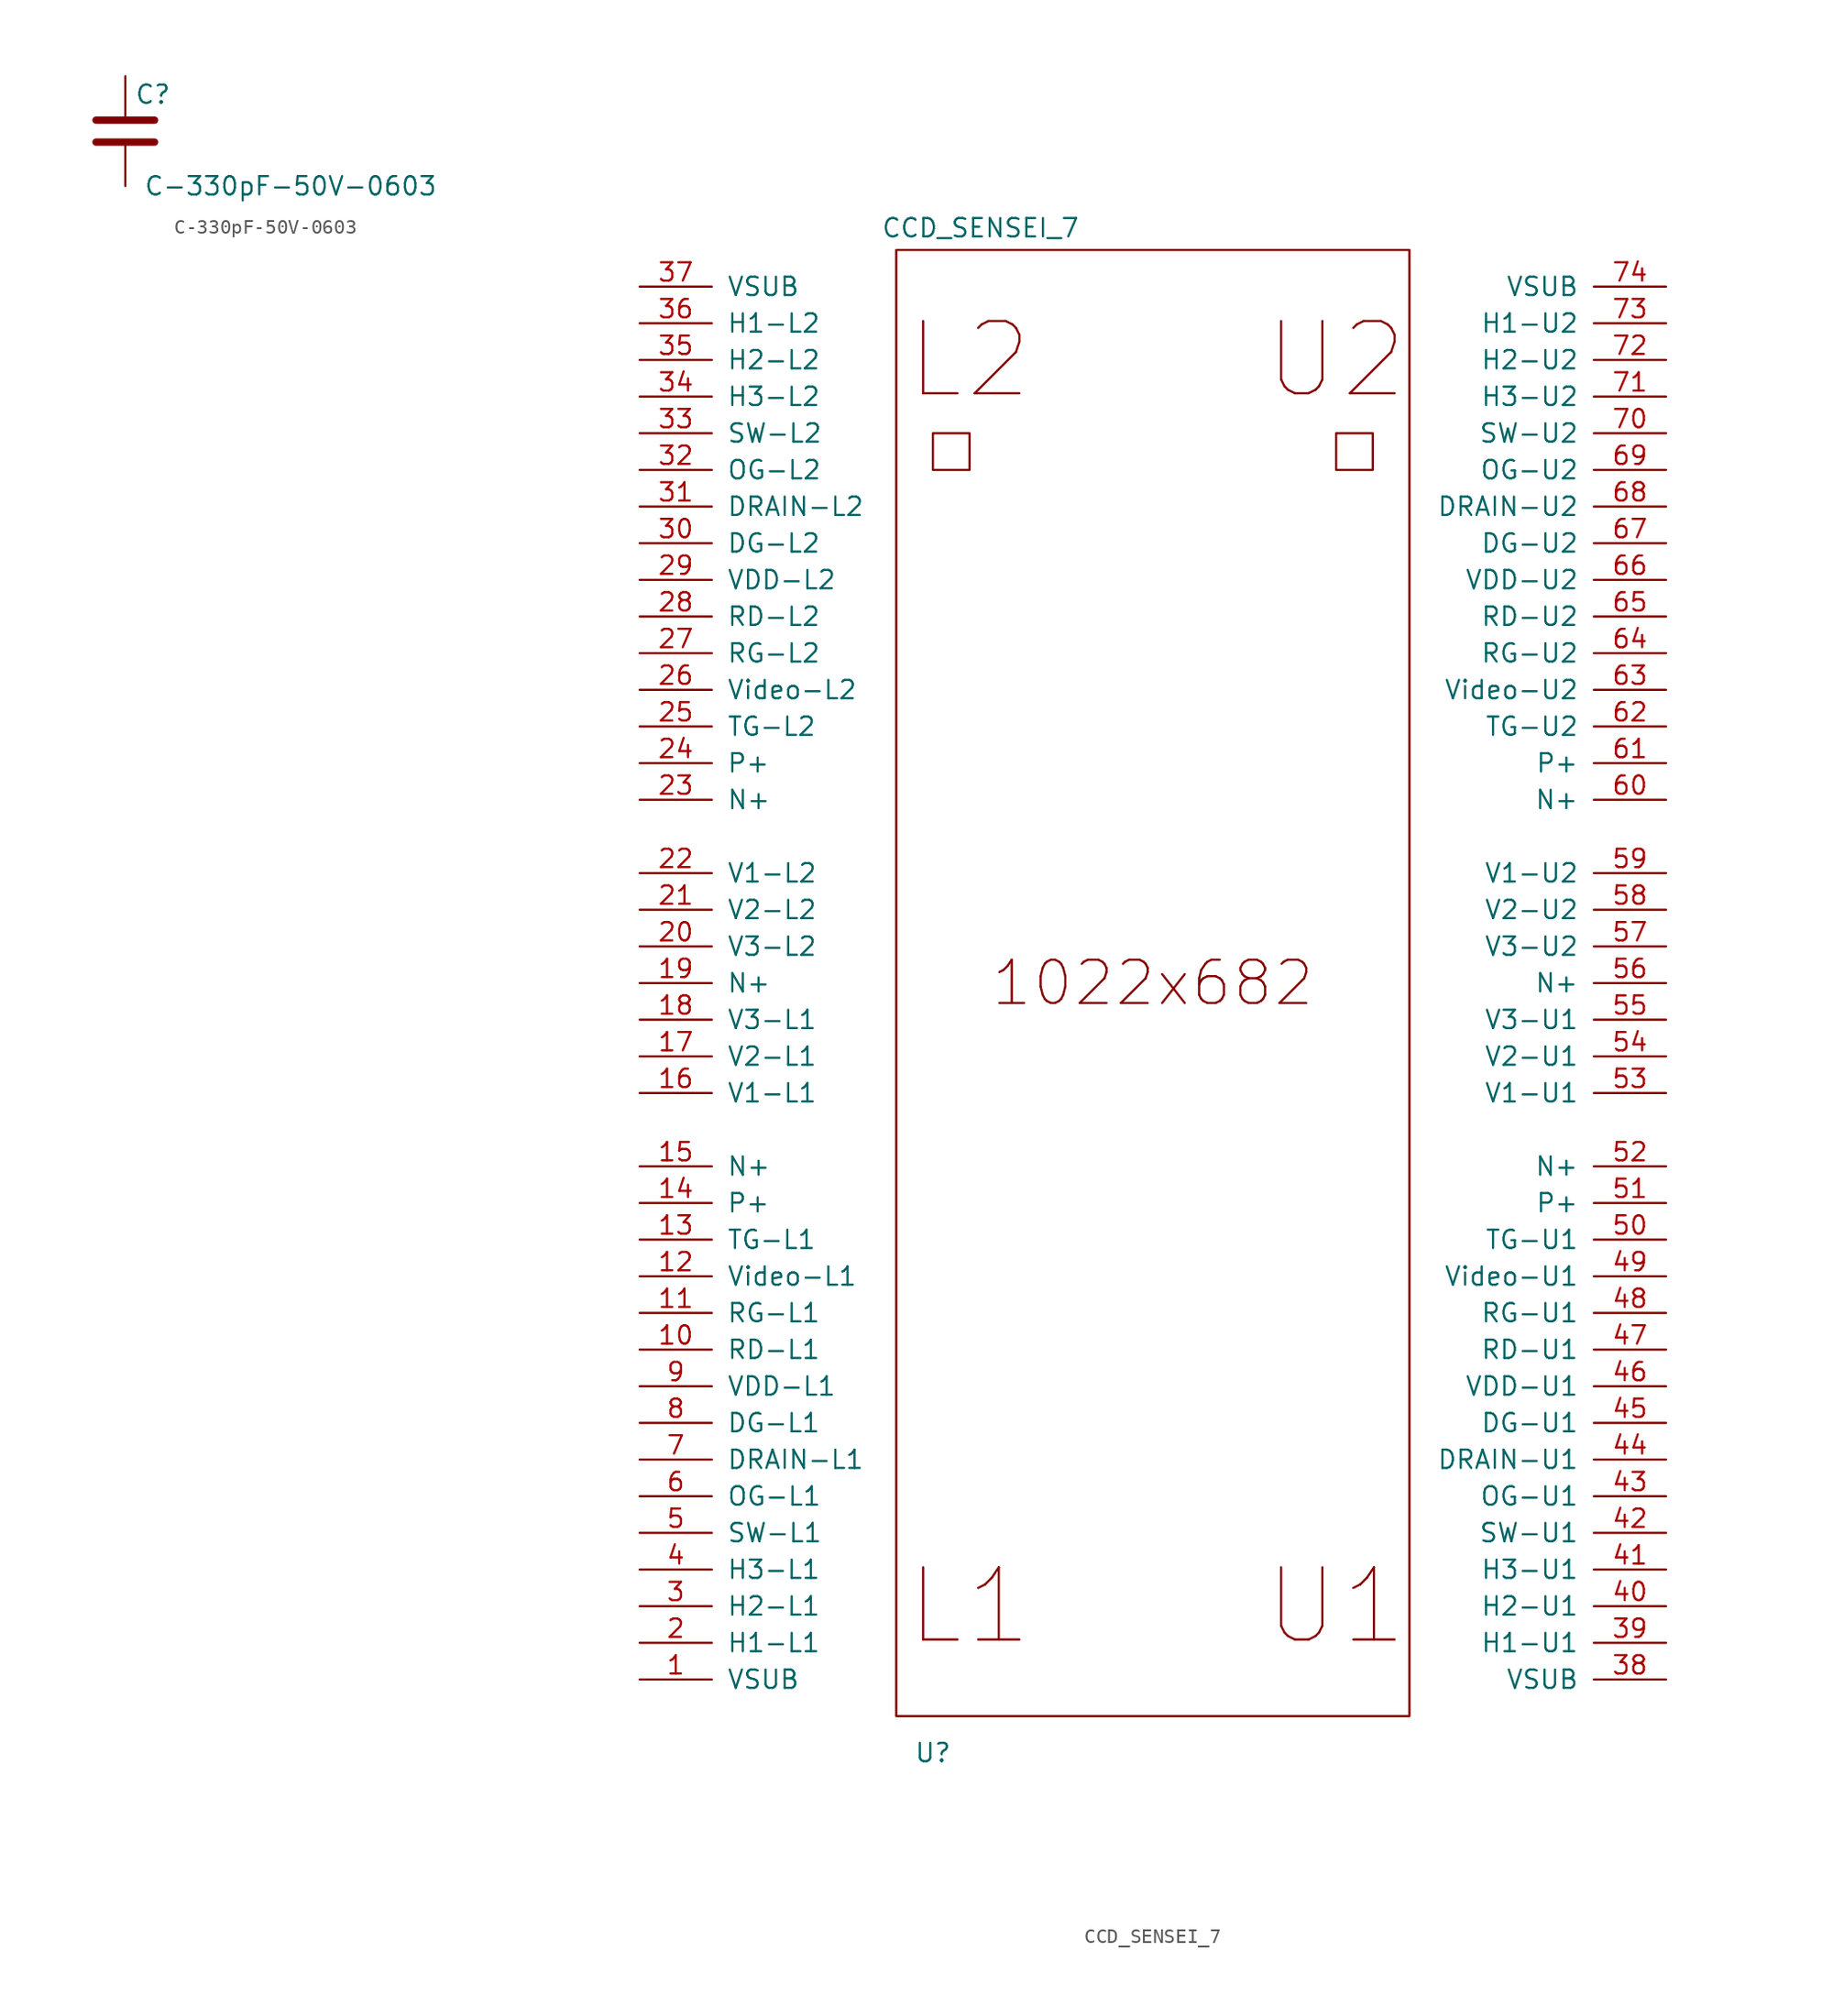
<source format=kicad_sym>
(kicad_symbol_lib
  (version 20220914)
  (generator kicad_symbol_editor)
  (symbol "C-330pF-50V-0603"
    (pin_numbers hide)
    (pin_names
      (offset 0.254))
    (property "Reference" "C"
      (at 0.635 2.54 0)
      (effects (font (size 1.27 1.27)) (justify left)))
    (property "Value" "C-330pF-50V-0603"
      (at 1.27 -3.81 0)
      (effects (font (size 1.27 1.27)) (justify left)))
    (symbol "C-330pF-50V-0603_0_1"
      (polyline (pts (xy -2.032 -0.762) (xy 2.032 -0.762)) (stroke (width 0.508) (type default)) (fill (type none)))
      (polyline (pts (xy -2.032 0.762) (xy 2.032 0.762)) (stroke (width 0.508) (type default)) (fill (type none))))
    (symbol "C-330pF-50V-0603_1_1"
      (pin passive line (at 0 3.81 270) (length 2.794) (name "~" (effects (font (size 1.27 1.27)))) (number "1" (effects (font (size 1.27 1.27)))))
      (pin passive line (at 0 -3.81 90) (length 2.794) (name "~" (effects (font (size 1.27 1.27)))) (number "2" (effects (font (size 1.27 1.27)))))))
  (symbol "CCD_SENSEI_7"
    (pin_names
      (offset 1.016))
    (property "Reference" "U"
      (at -15.24 -53.34 0)
      (effects (font (size 1.27 1.27))))
    (property "Value" "CCD_SENSEI_7"
      (at -11.938 52.324 0)
      (effects (font (size 1.27 1.27))))
    (symbol "CCD_SENSEI_7_0_0"
      (text "1022x682" (at 0 0 0) (effects (font (size 2.997 2.997))))
      (text "L1" (at -12.7 -43.18 0) (effects (font (size 5.004 5.004))))
      (text "L2" (at -12.7 43.18 0) (effects (font (size 5.004 5.004))))
      (text "U1" (at 12.7 -43.18 0) (effects (font (size 5.004 5.004))))
      (text "U2" (at 12.7 43.18 0) (effects (font (size 5.004 5.004)))))
    (symbol "CCD_SENSEI_7_0_1"
      (rectangle (start -17.78 50.8) (end 17.78 -50.8) (stroke (width 0) (type default)) (fill (type none)))
      (rectangle (start -15.24 38.1) (end -12.7 35.56) (stroke (width 0) (type default)) (fill (type none)))
      (rectangle (start 12.7 38.1) (end 15.24 35.56) (stroke (width 0) (type default)) (fill (type none))))
    (symbol "CCD_SENSEI_7_1_1"
      (pin input line (at -35.56 -48.26 0) (length 5.004) (name "VSUB" (effects (font (size 1.27 1.27)))) (number "1" (effects (font (size 1.27 1.27)))))
      (pin input line (at -35.56 -25.4 0) (length 5.004) (name "RD-L1" (effects (font (size 1.27 1.27)))) (number "10" (effects (font (size 1.27 1.27)))))
      (pin input line (at -35.56 -22.86 0) (length 5.004) (name "RG-L1" (effects (font (size 1.27 1.27)))) (number "11" (effects (font (size 1.27 1.27)))))
      (pin input line (at -35.56 -20.32 0) (length 5.004) (name "Video-L1" (effects (font (size 1.27 1.27)))) (number "12" (effects (font (size 1.27 1.27)))))
      (pin input line (at -35.56 -17.78 0) (length 5.004) (name "TG-L1" (effects (font (size 1.27 1.27)))) (number "13" (effects (font (size 1.27 1.27)))))
      (pin input line (at -35.56 -15.24 0) (length 5.004) (name "P+" (effects (font (size 1.27 1.27)))) (number "14" (effects (font (size 1.27 1.27)))))
      (pin input line (at -35.56 -12.7 0) (length 5.004) (name "N+" (effects (font (size 1.27 1.27)))) (number "15" (effects (font (size 1.27 1.27)))))
      (pin input line (at -35.56 -7.62 0) (length 5.004) (name "V1-L1" (effects (font (size 1.27 1.27)))) (number "16" (effects (font (size 1.27 1.27)))))
      (pin input line (at -35.56 -5.08 0) (length 5.004) (name "V2-L1" (effects (font (size 1.27 1.27)))) (number "17" (effects (font (size 1.27 1.27)))))
      (pin input line (at -35.56 -2.54 0) (length 5.004) (name "V3-L1" (effects (font (size 1.27 1.27)))) (number "18" (effects (font (size 1.27 1.27)))))
      (pin input line (at -35.56 0 0) (length 5.004) (name "N+" (effects (font (size 1.27 1.27)))) (number "19" (effects (font (size 1.27 1.27)))))
      (pin input line (at -35.56 -45.72 0) (length 5.004) (name "H1-L1" (effects (font (size 1.27 1.27)))) (number "2" (effects (font (size 1.27 1.27)))))
      (pin input line (at -35.56 2.54 0) (length 5.004) (name "V3-L2" (effects (font (size 1.27 1.27)))) (number "20" (effects (font (size 1.27 1.27)))))
      (pin input line (at -35.56 5.08 0) (length 5.004) (name "V2-L2" (effects (font (size 1.27 1.27)))) (number "21" (effects (font (size 1.27 1.27)))))
      (pin input line (at -35.56 7.62 0) (length 5.004) (name "V1-L2" (effects (font (size 1.27 1.27)))) (number "22" (effects (font (size 1.27 1.27)))))
      (pin input line (at -35.56 12.7 0) (length 5.004) (name "N+" (effects (font (size 1.27 1.27)))) (number "23" (effects (font (size 1.27 1.27)))))
      (pin input line (at -35.56 15.24 0) (length 5.004) (name "P+" (effects (font (size 1.27 1.27)))) (number "24" (effects (font (size 1.27 1.27)))))
      (pin input line (at -35.56 17.78 0) (length 5.004) (name "TG-L2" (effects (font (size 1.27 1.27)))) (number "25" (effects (font (size 1.27 1.27)))))
      (pin input line (at -35.56 20.32 0) (length 5.004) (name "Video-L2" (effects (font (size 1.27 1.27)))) (number "26" (effects (font (size 1.27 1.27)))))
      (pin input line (at -35.56 22.86 0) (length 5.004) (name "RG-L2" (effects (font (size 1.27 1.27)))) (number "27" (effects (font (size 1.27 1.27)))))
      (pin input line (at -35.56 25.4 0) (length 5.004) (name "RD-L2" (effects (font (size 1.27 1.27)))) (number "28" (effects (font (size 1.27 1.27)))))
      (pin input line (at -35.56 27.94 0) (length 5.004) (name "VDD-L2" (effects (font (size 1.27 1.27)))) (number "29" (effects (font (size 1.27 1.27)))))
      (pin input line (at -35.56 -43.18 0) (length 5.004) (name "H2-L1" (effects (font (size 1.27 1.27)))) (number "3" (effects (font (size 1.27 1.27)))))
      (pin input line (at -35.56 30.48 0) (length 5.004) (name "DG-L2" (effects (font (size 1.27 1.27)))) (number "30" (effects (font (size 1.27 1.27)))))
      (pin input line (at -35.56 33.02 0) (length 5.004) (name "DRAIN-L2" (effects (font (size 1.27 1.27)))) (number "31" (effects (font (size 1.27 1.27)))))
      (pin input line (at -35.56 35.56 0) (length 5.004) (name "OG-L2" (effects (font (size 1.27 1.27)))) (number "32" (effects (font (size 1.27 1.27)))))
      (pin input line (at -35.56 38.1 0) (length 5.004) (name "SW-L2" (effects (font (size 1.27 1.27)))) (number "33" (effects (font (size 1.27 1.27)))))
      (pin input line (at -35.56 40.64 0) (length 5.004) (name "H3-L2" (effects (font (size 1.27 1.27)))) (number "34" (effects (font (size 1.27 1.27)))))
      (pin input line (at -35.56 43.18 0) (length 5.004) (name "H2-L2" (effects (font (size 1.27 1.27)))) (number "35" (effects (font (size 1.27 1.27)))))
      (pin input line (at -35.56 45.72 0) (length 5.004) (name "H1-L2" (effects (font (size 1.27 1.27)))) (number "36" (effects (font (size 1.27 1.27)))))
      (pin input line (at -35.56 48.26 0) (length 5.004) (name "VSUB" (effects (font (size 1.27 1.27)))) (number "37" (effects (font (size 1.27 1.27)))))
      (pin input line (at 35.56 -48.26 180) (length 5.004) (name "VSUB" (effects (font (size 1.27 1.27)))) (number "38" (effects (font (size 1.27 1.27)))))
      (pin input line (at 35.56 -45.72 180) (length 5.004) (name "H1-U1" (effects (font (size 1.27 1.27)))) (number "39" (effects (font (size 1.27 1.27)))))
      (pin input line (at -35.56 -40.64 0) (length 5.004) (name "H3-L1" (effects (font (size 1.27 1.27)))) (number "4" (effects (font (size 1.27 1.27)))))
      (pin input line (at 35.56 -43.18 180) (length 5.004) (name "H2-U1" (effects (font (size 1.27 1.27)))) (number "40" (effects (font (size 1.27 1.27)))))
      (pin input line (at 35.56 -40.64 180) (length 5.004) (name "H3-U1" (effects (font (size 1.27 1.27)))) (number "41" (effects (font (size 1.27 1.27)))))
      (pin input line (at 35.56 -38.1 180) (length 5.004) (name "SW-U1" (effects (font (size 1.27 1.27)))) (number "42" (effects (font (size 1.27 1.27)))))
      (pin input line (at 35.56 -35.56 180) (length 5.004) (name "OG-U1" (effects (font (size 1.27 1.27)))) (number "43" (effects (font (size 1.27 1.27)))))
      (pin input line (at 35.56 -33.02 180) (length 5.004) (name "DRAIN-U1" (effects (font (size 1.27 1.27)))) (number "44" (effects (font (size 1.27 1.27)))))
      (pin input line (at 35.56 -30.48 180) (length 5.004) (name "DG-U1" (effects (font (size 1.27 1.27)))) (number "45" (effects (font (size 1.27 1.27)))))
      (pin input line (at 35.56 -27.94 180) (length 5.004) (name "VDD-U1" (effects (font (size 1.27 1.27)))) (number "46" (effects (font (size 1.27 1.27)))))
      (pin input line (at 35.56 -25.4 180) (length 5.004) (name "RD-U1" (effects (font (size 1.27 1.27)))) (number "47" (effects (font (size 1.27 1.27)))))
      (pin input line (at 35.56 -22.86 180) (length 5.004) (name "RG-U1" (effects (font (size 1.27 1.27)))) (number "48" (effects (font (size 1.27 1.27)))))
      (pin input line (at 35.56 -20.32 180) (length 5.004) (name "Video-U1" (effects (font (size 1.27 1.27)))) (number "49" (effects (font (size 1.27 1.27)))))
      (pin input line (at -35.56 -38.1 0) (length 5.004) (name "SW-L1" (effects (font (size 1.27 1.27)))) (number "5" (effects (font (size 1.27 1.27)))))
      (pin input line (at 35.56 -17.78 180) (length 5.004) (name "TG-U1" (effects (font (size 1.27 1.27)))) (number "50" (effects (font (size 1.27 1.27)))))
      (pin input line (at 35.56 -15.24 180) (length 5.004) (name "P+" (effects (font (size 1.27 1.27)))) (number "51" (effects (font (size 1.27 1.27)))))
      (pin input line (at 35.56 -12.7 180) (length 5.004) (name "N+" (effects (font (size 1.27 1.27)))) (number "52" (effects (font (size 1.27 1.27)))))
      (pin input line (at 35.56 -7.62 180) (length 5.004) (name "V1-U1" (effects (font (size 1.27 1.27)))) (number "53" (effects (font (size 1.27 1.27)))))
      (pin input line (at 35.56 -5.08 180) (length 5.004) (name "V2-U1" (effects (font (size 1.27 1.27)))) (number "54" (effects (font (size 1.27 1.27)))))
      (pin input line (at 35.56 -2.54 180) (length 5.004) (name "V3-U1" (effects (font (size 1.27 1.27)))) (number "55" (effects (font (size 1.27 1.27)))))
      (pin input line (at 35.56 0 180) (length 5.004) (name "N+" (effects (font (size 1.27 1.27)))) (number "56" (effects (font (size 1.27 1.27)))))
      (pin input line (at 35.56 2.54 180) (length 5.004) (name "V3-U2" (effects (font (size 1.27 1.27)))) (number "57" (effects (font (size 1.27 1.27)))))
      (pin input line (at 35.56 5.08 180) (length 5.004) (name "V2-U2" (effects (font (size 1.27 1.27)))) (number "58" (effects (font (size 1.27 1.27)))))
      (pin input line (at 35.56 7.62 180) (length 5.004) (name "V1-U2" (effects (font (size 1.27 1.27)))) (number "59" (effects (font (size 1.27 1.27)))))
      (pin input line (at -35.56 -35.56 0) (length 5.004) (name "OG-L1" (effects (font (size 1.27 1.27)))) (number "6" (effects (font (size 1.27 1.27)))))
      (pin input line (at 35.56 12.7 180) (length 5.004) (name "N+" (effects (font (size 1.27 1.27)))) (number "60" (effects (font (size 1.27 1.27)))))
      (pin input line (at 35.56 15.24 180) (length 5.004) (name "P+" (effects (font (size 1.27 1.27)))) (number "61" (effects (font (size 1.27 1.27)))))
      (pin input line (at 35.56 17.78 180) (length 5.004) (name "TG-U2" (effects (font (size 1.27 1.27)))) (number "62" (effects (font (size 1.27 1.27)))))
      (pin input line (at 35.56 20.32 180) (length 5.004) (name "Video-U2" (effects (font (size 1.27 1.27)))) (number "63" (effects (font (size 1.27 1.27)))))
      (pin input line (at 35.56 22.86 180) (length 5.004) (name "RG-U2" (effects (font (size 1.27 1.27)))) (number "64" (effects (font (size 1.27 1.27)))))
      (pin input line (at 35.56 25.4 180) (length 5.004) (name "RD-U2" (effects (font (size 1.27 1.27)))) (number "65" (effects (font (size 1.27 1.27)))))
      (pin input line (at 35.56 27.94 180) (length 5.004) (name "VDD-U2" (effects (font (size 1.27 1.27)))) (number "66" (effects (font (size 1.27 1.27)))))
      (pin input line (at 35.56 30.48 180) (length 5.004) (name "DG-U2" (effects (font (size 1.27 1.27)))) (number "67" (effects (font (size 1.27 1.27)))))
      (pin input line (at 35.56 33.02 180) (length 5.004) (name "DRAIN-U2" (effects (font (size 1.27 1.27)))) (number "68" (effects (font (size 1.27 1.27)))))
      (pin input line (at 35.56 35.56 180) (length 5.004) (name "OG-U2" (effects (font (size 1.27 1.27)))) (number "69" (effects (font (size 1.27 1.27)))))
      (pin input line (at -35.56 -33.02 0) (length 5.004) (name "DRAIN-L1" (effects (font (size 1.27 1.27)))) (number "7" (effects (font (size 1.27 1.27)))))
      (pin input line (at 35.56 38.1 180) (length 5.004) (name "SW-U2" (effects (font (size 1.27 1.27)))) (number "70" (effects (font (size 1.27 1.27)))))
      (pin input line (at 35.56 40.64 180) (length 5.004) (name "H3-U2" (effects (font (size 1.27 1.27)))) (number "71" (effects (font (size 1.27 1.27)))))
      (pin input line (at 35.56 43.18 180) (length 5.004) (name "H2-U2" (effects (font (size 1.27 1.27)))) (number "72" (effects (font (size 1.27 1.27)))))
      (pin input line (at 35.56 45.72 180) (length 5.004) (name "H1-U2" (effects (font (size 1.27 1.27)))) (number "73" (effects (font (size 1.27 1.27)))))
      (pin input line (at 35.56 48.26 180) (length 5.004) (name "VSUB" (effects (font (size 1.27 1.27)))) (number "74" (effects (font (size 1.27 1.27)))))
      (pin input line (at -35.56 -30.48 0) (length 5.004) (name "DG-L1" (effects (font (size 1.27 1.27)))) (number "8" (effects (font (size 1.27 1.27)))))
      (pin input line (at -35.56 -27.94 0) (length 5.004) (name "VDD-L1" (effects (font (size 1.27 1.27)))) (number "9" (effects (font (size 1.27 1.27))))))))
</source>
